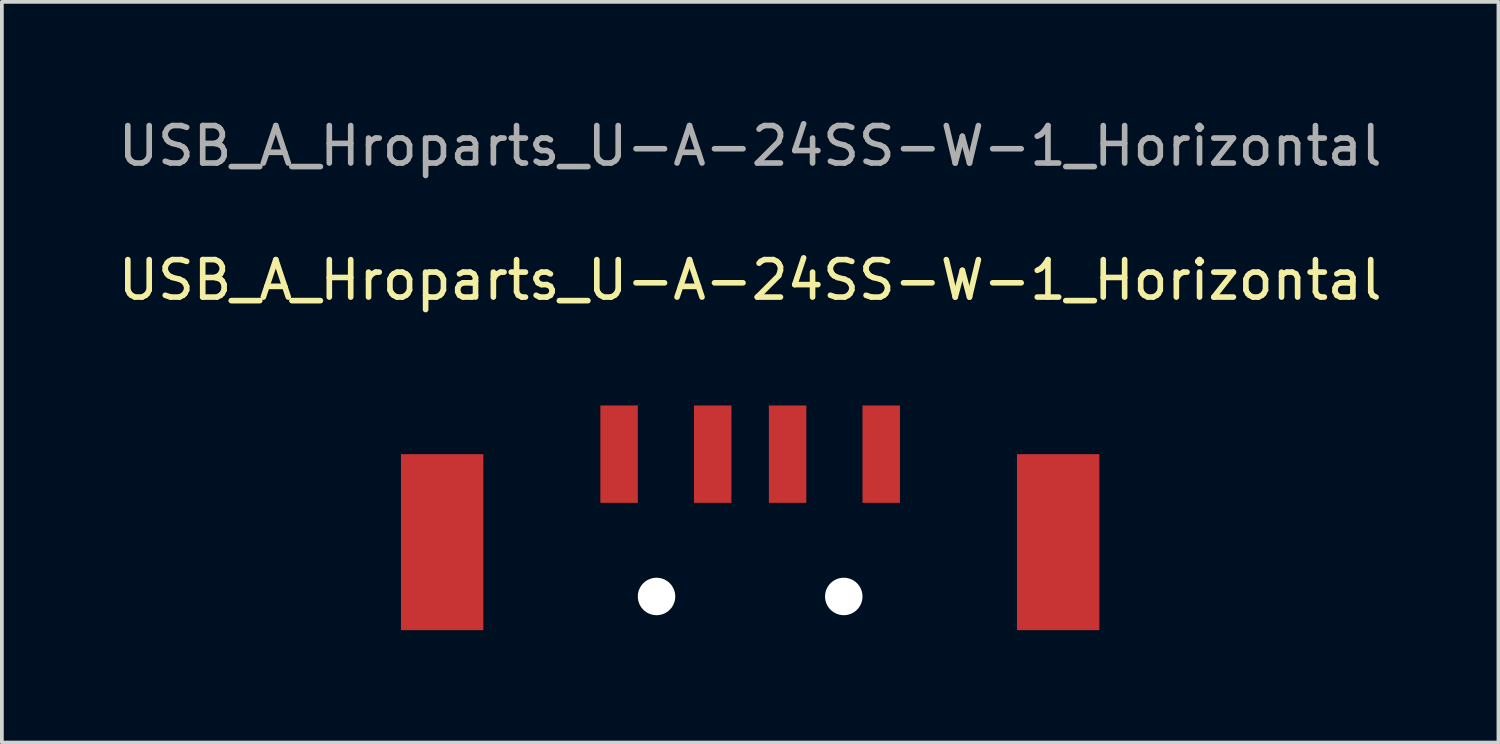
<source format=kicad_pcb>
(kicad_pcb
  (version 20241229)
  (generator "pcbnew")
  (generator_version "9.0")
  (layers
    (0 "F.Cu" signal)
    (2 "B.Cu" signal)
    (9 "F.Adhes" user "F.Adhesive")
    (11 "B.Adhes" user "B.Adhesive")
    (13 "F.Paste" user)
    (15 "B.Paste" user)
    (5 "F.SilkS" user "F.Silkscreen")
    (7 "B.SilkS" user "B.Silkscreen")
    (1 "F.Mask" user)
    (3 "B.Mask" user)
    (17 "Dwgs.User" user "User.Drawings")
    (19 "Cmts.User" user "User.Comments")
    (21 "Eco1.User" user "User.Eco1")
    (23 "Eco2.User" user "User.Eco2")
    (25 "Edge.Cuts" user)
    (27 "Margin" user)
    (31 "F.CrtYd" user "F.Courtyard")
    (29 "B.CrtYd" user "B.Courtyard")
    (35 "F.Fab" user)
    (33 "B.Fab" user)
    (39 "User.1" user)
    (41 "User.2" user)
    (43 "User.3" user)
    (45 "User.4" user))
  (footprint "USB_A_Hroparts_U-A-24SS-W-1_Horizontal"
    (layer "F.Cu")
    (at 16.982 11.428)
    (property "Reference" "USB_A_Hroparts_U-A-24SS-W-1_Horizontal" (at 0 -7 0) (layer "F.SilkS") (effects (font (size 1 1) (thickness 0.15))))
    (attr smd)
    (fp_text user "${REFERENCE}" (at 0 -10.58 0) (layer "F.Fab") (effects (font (size 1 1) (thickness 0.15))))
    (pad "" np_thru_hole circle (at -2.5 1.45) (size 1 1) (drill 1.3) (layers "*.Cu" "*.Mask"))
    (pad "" np_thru_hole circle (at 2.5 1.45) (size 1 1) (drill 1.3) (layers "*.Cu" "*.Mask"))
    (pad "1" smd rect (at -3.5 -2.35) (size 1 2.6) (layers "F.Cu" "F.Mask" "F.Paste"))
    (pad "2" smd rect (at -1 -2.35) (size 1 2.6) (layers "F.Cu" "F.Mask" "F.Paste"))
    (pad "3" smd rect (at 1 -2.35) (size 1 2.6) (layers "F.Cu" "F.Mask" "F.Paste"))
    (pad "4" smd rect (at 3.5 -2.35) (size 1 2.6) (layers "F.Cu" "F.Mask" "F.Paste"))
    (pad "5" smd rect (at -8.225 0) (size 2.2 4.7) (layers "F.Cu" "F.Mask" "F.Paste"))
    (pad "5" smd rect (at 8.225 0) (size 2.2 4.7) (layers "F.Cu" "F.Mask" "F.Paste")))
  (gr_rect
    (start -3 -3)
    (end 36.964 16.778)
    (stroke (width 0.1) (type default))
    (fill no)
    (layer "Edge.Cuts")))
</source>
